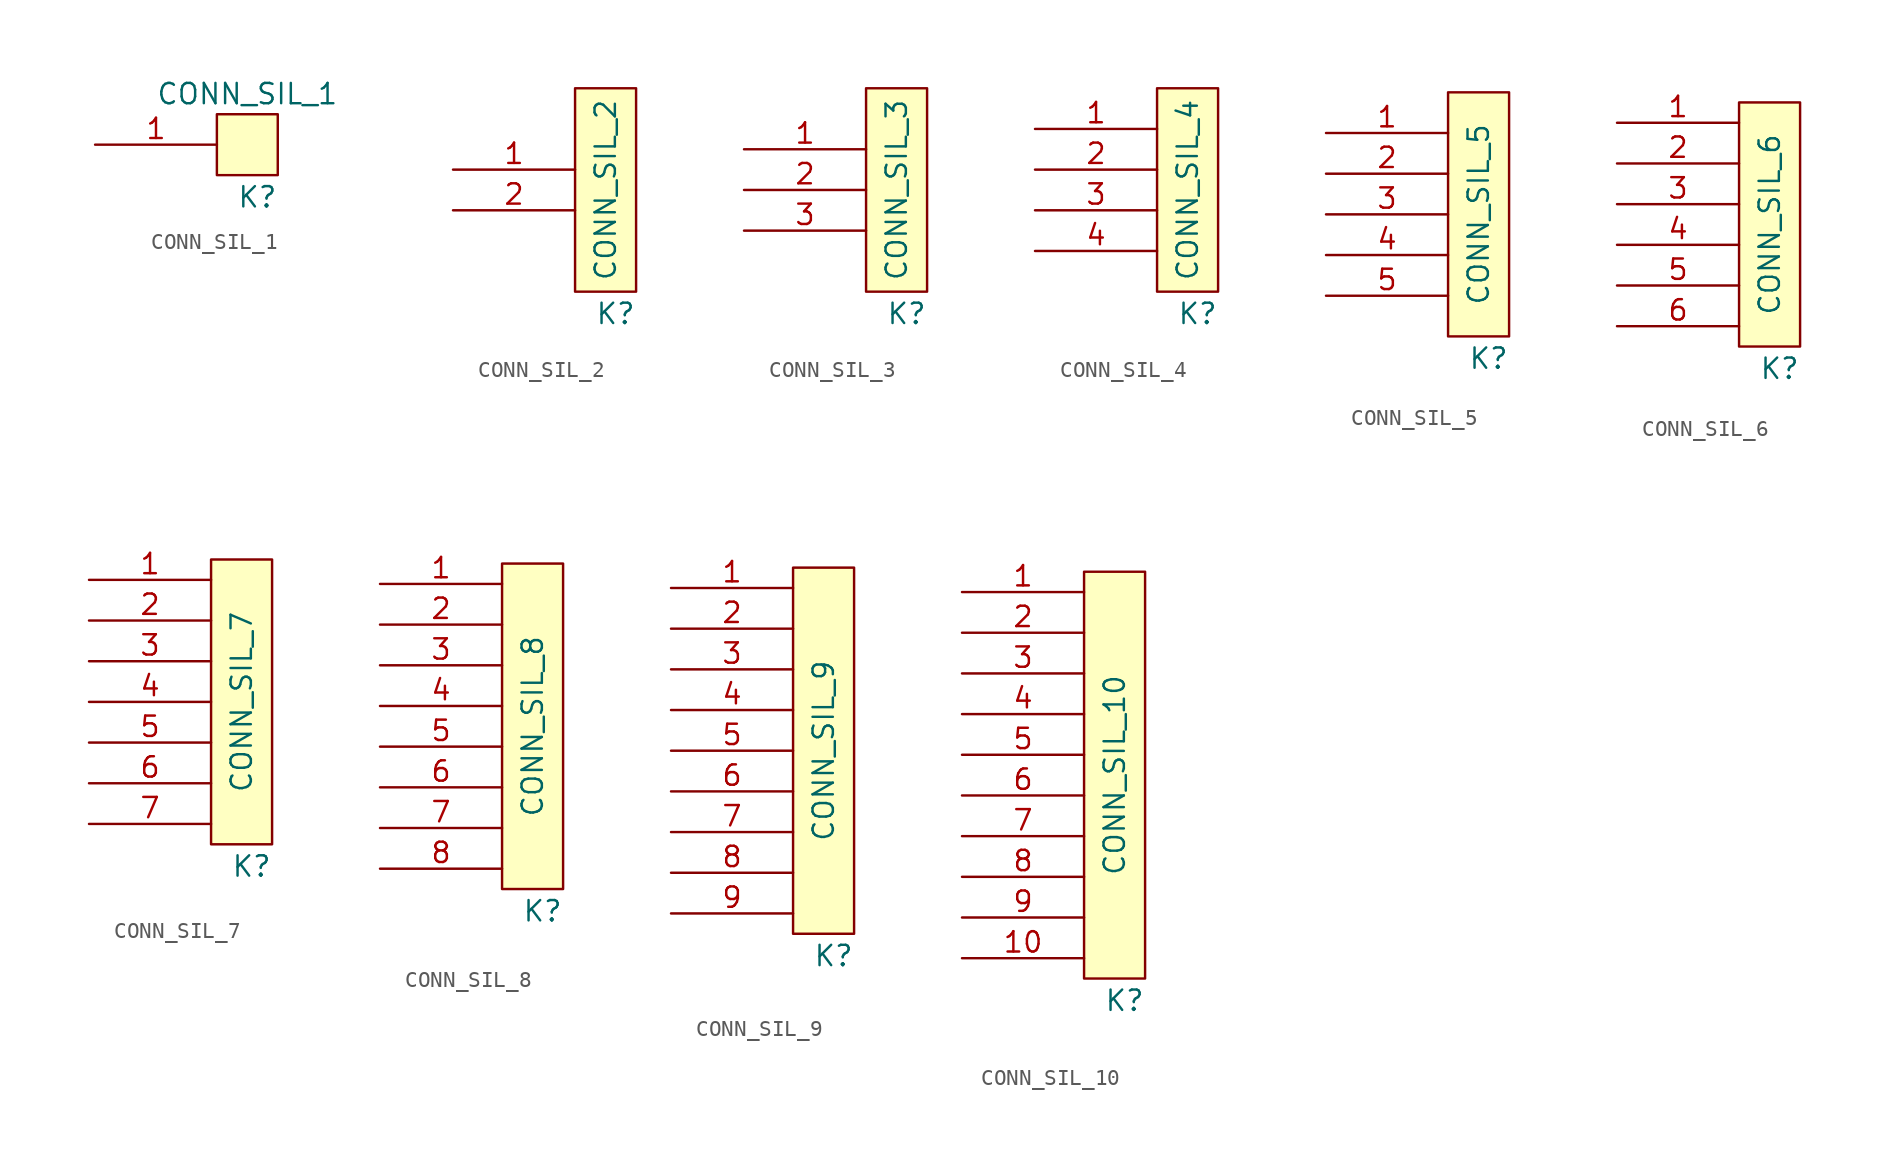
<source format=kicad_sym>
(kicad_symbol_lib
  (version 20211014)
  (generator kicad_symbol_editor)
  (symbol "CONN_SIL_1"
    (pin_names
      (offset 1.016) hide)
    (property "Reference" "K"
      (at 3.81 -2.54 0)
      (effects (font (size 1.27 1.27)) (justify right top)))
    (property "Value" "CONN_SIL_1"
      (at 1.905 3.175 0)
      (effects (font (size 1.27 1.27))))
    (symbol "CONN_SIL_1_0_1"
      (rectangle (start 0 1.905) (end 3.81 -1.905) (stroke (width 0) (type default) (color 0 0 0 0)) (fill (type background))))
    (symbol "CONN_SIL_1_1_1"
      (pin passive line (at -7.62 0 0) (length 7.62) (name "~" (effects (font (size 1.27 1.27)))) (number "1" (effects (font (size 1.27 1.27)))))))
  (symbol "CONN_SIL_2"
    (pin_names
      (offset 1.016) hide)
    (property "Reference" "K"
      (at 3.81 -6.985 0)
      (effects (font (size 1.27 1.27)) (justify right top)))
    (property "Value" "CONN_SIL_2"
      (at 1.905 0 90)
      (effects (font (size 1.27 1.27))))
    (symbol "CONN_SIL_2_0_1"
      (rectangle (start 0 6.35) (end 3.81 -6.35) (stroke (width 0) (type default) (color 0 0 0 0)) (fill (type background))))
    (symbol "CONN_SIL_2_1_1"
      (pin passive line (at -7.62 1.27 0) (length 7.62) (name "~" (effects (font (size 1.27 1.27)))) (number "1" (effects (font (size 1.27 1.27)))))
      (pin passive line (at -7.62 -1.27 0) (length 7.62) (name "~" (effects (font (size 1.27 1.27)))) (number "2" (effects (font (size 1.27 1.27)))))))
  (symbol "CONN_SIL_3"
    (pin_names
      (offset 1.016) hide)
    (property "Reference" "K"
      (at 3.81 -6.985 0)
      (effects (font (size 1.27 1.27)) (justify right top)))
    (property "Value" "CONN_SIL_3"
      (at 1.905 0 90)
      (effects (font (size 1.27 1.27))))
    (symbol "CONN_SIL_3_0_1"
      (rectangle (start 0 6.35) (end 3.81 -6.35) (stroke (width 0) (type default) (color 0 0 0 0)) (fill (type background))))
    (symbol "CONN_SIL_3_1_1"
      (pin passive line (at -7.62 2.54 0) (length 7.62) (name "~" (effects (font (size 1.27 1.27)))) (number "1" (effects (font (size 1.27 1.27)))))
      (pin passive line (at -7.62 0 0) (length 7.62) (name "~" (effects (font (size 1.27 1.27)))) (number "2" (effects (font (size 1.27 1.27)))))
      (pin passive line (at -7.62 -2.54 0) (length 7.62) (name "~" (effects (font (size 1.27 1.27)))) (number "3" (effects (font (size 1.27 1.27)))))))
  (symbol "CONN_SIL_4"
    (pin_names
      (offset 1.016) hide)
    (property "Reference" "K"
      (at 3.81 -8.255 0)
      (effects (font (size 1.27 1.27)) (justify right top)))
    (property "Value" "CONN_SIL_4"
      (at 1.905 -1.27 90)
      (effects (font (size 1.27 1.27))))
    (symbol "CONN_SIL_4_0_1"
      (rectangle (start 0 5.08) (end 3.81 -7.62) (stroke (width 0) (type default) (color 0 0 0 0)) (fill (type background))))
    (symbol "CONN_SIL_4_1_1"
      (pin passive line (at -7.62 2.54 0) (length 7.62) (name "~" (effects (font (size 1.27 1.27)))) (number "1" (effects (font (size 1.27 1.27)))))
      (pin passive line (at -7.62 0 0) (length 7.62) (name "~" (effects (font (size 1.27 1.27)))) (number "2" (effects (font (size 1.27 1.27)))))
      (pin passive line (at -7.62 -2.54 0) (length 7.62) (name "~" (effects (font (size 1.27 1.27)))) (number "3" (effects (font (size 1.27 1.27)))))
      (pin passive line (at -7.62 -5.08 0) (length 7.62) (name "~" (effects (font (size 1.27 1.27)))) (number "4" (effects (font (size 1.27 1.27)))))))
  (symbol "CONN_SIL_5"
    (pin_names
      (offset 1.016) hide)
    (property "Reference" "K"
      (at 3.81 -8.255 0)
      (effects (font (size 1.27 1.27)) (justify right top)))
    (property "Value" "CONN_SIL_5"
      (at 1.905 0 90)
      (effects (font (size 1.27 1.27))))
    (symbol "CONN_SIL_5_0_1"
      (rectangle (start 0 7.62) (end 3.81 -7.62) (stroke (width 0) (type default) (color 0 0 0 0)) (fill (type background))))
    (symbol "CONN_SIL_5_1_1"
      (pin passive line (at -7.62 5.08 0) (length 7.62) (name "~" (effects (font (size 1.27 1.27)))) (number "1" (effects (font (size 1.27 1.27)))))
      (pin passive line (at -7.62 2.54 0) (length 7.62) (name "~" (effects (font (size 1.27 1.27)))) (number "2" (effects (font (size 1.27 1.27)))))
      (pin passive line (at -7.62 0 0) (length 7.62) (name "~" (effects (font (size 1.27 1.27)))) (number "3" (effects (font (size 1.27 1.27)))))
      (pin passive line (at -7.62 -2.54 0) (length 7.62) (name "~" (effects (font (size 1.27 1.27)))) (number "4" (effects (font (size 1.27 1.27)))))
      (pin passive line (at -7.62 -5.08 0) (length 7.62) (name "~" (effects (font (size 1.27 1.27)))) (number "5" (effects (font (size 1.27 1.27)))))))
  (symbol "CONN_SIL_6"
    (pin_names
      (offset 1.016) hide)
    (property "Reference" "K"
      (at 3.81 -9.525 0)
      (effects (font (size 1.27 1.27)) (justify right top)))
    (property "Value" "CONN_SIL_6"
      (at 1.905 -1.27 90)
      (effects (font (size 1.27 1.27))))
    (symbol "CONN_SIL_6_0_1"
      (rectangle (start 0 6.35) (end 3.81 -8.89) (stroke (width 0) (type default) (color 0 0 0 0)) (fill (type background))))
    (symbol "CONN_SIL_6_1_1"
      (pin passive line (at -7.62 5.08 0) (length 7.62) (name "~" (effects (font (size 1.27 1.27)))) (number "1" (effects (font (size 1.27 1.27)))))
      (pin passive line (at -7.62 2.54 0) (length 7.62) (name "~" (effects (font (size 1.27 1.27)))) (number "2" (effects (font (size 1.27 1.27)))))
      (pin passive line (at -7.62 0 0) (length 7.62) (name "~" (effects (font (size 1.27 1.27)))) (number "3" (effects (font (size 1.27 1.27)))))
      (pin passive line (at -7.62 -2.54 0) (length 7.62) (name "~" (effects (font (size 1.27 1.27)))) (number "4" (effects (font (size 1.27 1.27)))))
      (pin passive line (at -7.62 -5.08 0) (length 7.62) (name "~" (effects (font (size 1.27 1.27)))) (number "5" (effects (font (size 1.27 1.27)))))
      (pin passive line (at -7.62 -7.62 0) (length 7.62) (name "~" (effects (font (size 1.27 1.27)))) (number "6" (effects (font (size 1.27 1.27)))))))
  (symbol "CONN_SIL_7"
    (pin_names
      (offset 1.016) hide)
    (property "Reference" "K"
      (at 3.81 -12.065 0)
      (effects (font (size 1.27 1.27)) (justify right top)))
    (property "Value" "CONN_SIL_7"
      (at 1.905 -2.54 90)
      (effects (font (size 1.27 1.27))))
    (symbol "CONN_SIL_7_0_1"
      (rectangle (start 0 6.35) (end 3.81 -11.43) (stroke (width 0) (type default) (color 0 0 0 0)) (fill (type background))))
    (symbol "CONN_SIL_7_1_1"
      (pin passive line (at -7.62 5.08 0) (length 7.62) (name "~" (effects (font (size 1.27 1.27)))) (number "1" (effects (font (size 1.27 1.27)))))
      (pin passive line (at -7.62 2.54 0) (length 7.62) (name "~" (effects (font (size 1.27 1.27)))) (number "2" (effects (font (size 1.27 1.27)))))
      (pin passive line (at -7.62 0 0) (length 7.62) (name "~" (effects (font (size 1.27 1.27)))) (number "3" (effects (font (size 1.27 1.27)))))
      (pin passive line (at -7.62 -2.54 0) (length 7.62) (name "~" (effects (font (size 1.27 1.27)))) (number "4" (effects (font (size 1.27 1.27)))))
      (pin passive line (at -7.62 -5.08 0) (length 7.62) (name "~" (effects (font (size 1.27 1.27)))) (number "5" (effects (font (size 1.27 1.27)))))
      (pin passive line (at -7.62 -7.62 0) (length 7.62) (name "~" (effects (font (size 1.27 1.27)))) (number "6" (effects (font (size 1.27 1.27)))))
      (pin passive line (at -7.62 -10.16 0) (length 7.62) (name "~" (effects (font (size 1.27 1.27)))) (number "7" (effects (font (size 1.27 1.27)))))))
  (symbol "CONN_SIL_8"
    (pin_names
      (offset 1.016) hide)
    (property "Reference" "K"
      (at 3.81 -14.605 0)
      (effects (font (size 1.27 1.27)) (justify right top)))
    (property "Value" "CONN_SIL_8"
      (at 1.905 -3.81 90)
      (effects (font (size 1.27 1.27))))
    (symbol "CONN_SIL_8_0_1"
      (rectangle (start 0 6.35) (end 3.81 -13.97) (stroke (width 0) (type default) (color 0 0 0 0)) (fill (type background))))
    (symbol "CONN_SIL_8_1_1"
      (pin passive line (at -7.62 5.08 0) (length 7.62) (name "~" (effects (font (size 1.27 1.27)))) (number "1" (effects (font (size 1.27 1.27)))))
      (pin passive line (at -7.62 2.54 0) (length 7.62) (name "~" (effects (font (size 1.27 1.27)))) (number "2" (effects (font (size 1.27 1.27)))))
      (pin passive line (at -7.62 0 0) (length 7.62) (name "~" (effects (font (size 1.27 1.27)))) (number "3" (effects (font (size 1.27 1.27)))))
      (pin passive line (at -7.62 -2.54 0) (length 7.62) (name "~" (effects (font (size 1.27 1.27)))) (number "4" (effects (font (size 1.27 1.27)))))
      (pin passive line (at -7.62 -5.08 0) (length 7.62) (name "~" (effects (font (size 1.27 1.27)))) (number "5" (effects (font (size 1.27 1.27)))))
      (pin passive line (at -7.62 -7.62 0) (length 7.62) (name "~" (effects (font (size 1.27 1.27)))) (number "6" (effects (font (size 1.27 1.27)))))
      (pin passive line (at -7.62 -10.16 0) (length 7.62) (name "~" (effects (font (size 1.27 1.27)))) (number "7" (effects (font (size 1.27 1.27)))))
      (pin passive line (at -7.62 -12.7 0) (length 7.62) (name "~" (effects (font (size 1.27 1.27)))) (number "8" (effects (font (size 1.27 1.27)))))))
  (symbol "CONN_SIL_9"
    (pin_names
      (offset 1.016) hide)
    (property "Reference" "K"
      (at 3.81 -17.145 0)
      (effects (font (size 1.27 1.27)) (justify right top)))
    (property "Value" "CONN_SIL_9"
      (at 1.905 -5.08 90)
      (effects (font (size 1.27 1.27))))
    (symbol "CONN_SIL_9_0_1"
      (rectangle (start 0 6.35) (end 3.81 -16.51) (stroke (width 0) (type default) (color 0 0 0 0)) (fill (type background))))
    (symbol "CONN_SIL_9_1_1"
      (pin passive line (at -7.62 5.08 0) (length 7.62) (name "~" (effects (font (size 1.27 1.27)))) (number "1" (effects (font (size 1.27 1.27)))))
      (pin passive line (at -7.62 2.54 0) (length 7.62) (name "~" (effects (font (size 1.27 1.27)))) (number "2" (effects (font (size 1.27 1.27)))))
      (pin passive line (at -7.62 0 0) (length 7.62) (name "~" (effects (font (size 1.27 1.27)))) (number "3" (effects (font (size 1.27 1.27)))))
      (pin passive line (at -7.62 -2.54 0) (length 7.62) (name "~" (effects (font (size 1.27 1.27)))) (number "4" (effects (font (size 1.27 1.27)))))
      (pin passive line (at -7.62 -5.08 0) (length 7.62) (name "~" (effects (font (size 1.27 1.27)))) (number "5" (effects (font (size 1.27 1.27)))))
      (pin passive line (at -7.62 -7.62 0) (length 7.62) (name "~" (effects (font (size 1.27 1.27)))) (number "6" (effects (font (size 1.27 1.27)))))
      (pin passive line (at -7.62 -10.16 0) (length 7.62) (name "~" (effects (font (size 1.27 1.27)))) (number "7" (effects (font (size 1.27 1.27)))))
      (pin passive line (at -7.62 -12.7 0) (length 7.62) (name "~" (effects (font (size 1.27 1.27)))) (number "8" (effects (font (size 1.27 1.27)))))
      (pin passive line (at -7.62 -15.24 0) (length 7.62) (name "~" (effects (font (size 1.27 1.27)))) (number "9" (effects (font (size 1.27 1.27)))))))
  (symbol "CONN_SIL_10"
    (pin_names
      (offset 1.016) hide)
    (property "Reference" "K"
      (at 3.81 -19.685 0)
      (effects (font (size 1.27 1.27)) (justify right top)))
    (property "Value" "CONN_SIL_10"
      (at 1.905 -6.35 90)
      (effects (font (size 1.27 1.27))))
    (symbol "CONN_SIL_10_0_1"
      (rectangle (start 0 6.35) (end 3.81 -19.05) (stroke (width 0) (type default) (color 0 0 0 0)) (fill (type background))))
    (symbol "CONN_SIL_10_1_1"
      (pin passive line (at -7.62 5.08 0) (length 7.62) (name "~" (effects (font (size 1.27 1.27)))) (number "1" (effects (font (size 1.27 1.27)))))
      (pin passive line (at -7.62 -17.78 0) (length 7.62) (name "~" (effects (font (size 1.27 1.27)))) (number "10" (effects (font (size 1.27 1.27)))))
      (pin passive line (at -7.62 2.54 0) (length 7.62) (name "~" (effects (font (size 1.27 1.27)))) (number "2" (effects (font (size 1.27 1.27)))))
      (pin passive line (at -7.62 0 0) (length 7.62) (name "~" (effects (font (size 1.27 1.27)))) (number "3" (effects (font (size 1.27 1.27)))))
      (pin passive line (at -7.62 -2.54 0) (length 7.62) (name "~" (effects (font (size 1.27 1.27)))) (number "4" (effects (font (size 1.27 1.27)))))
      (pin passive line (at -7.62 -5.08 0) (length 7.62) (name "~" (effects (font (size 1.27 1.27)))) (number "5" (effects (font (size 1.27 1.27)))))
      (pin passive line (at -7.62 -7.62 0) (length 7.62) (name "~" (effects (font (size 1.27 1.27)))) (number "6" (effects (font (size 1.27 1.27)))))
      (pin passive line (at -7.62 -10.16 0) (length 7.62) (name "~" (effects (font (size 1.27 1.27)))) (number "7" (effects (font (size 1.27 1.27)))))
      (pin passive line (at -7.62 -12.7 0) (length 7.62) (name "~" (effects (font (size 1.27 1.27)))) (number "8" (effects (font (size 1.27 1.27)))))
      (pin passive line (at -7.62 -15.24 0) (length 7.62) (name "~" (effects (font (size 1.27 1.27)))) (number "9" (effects (font (size 1.27 1.27))))))))
</source>
